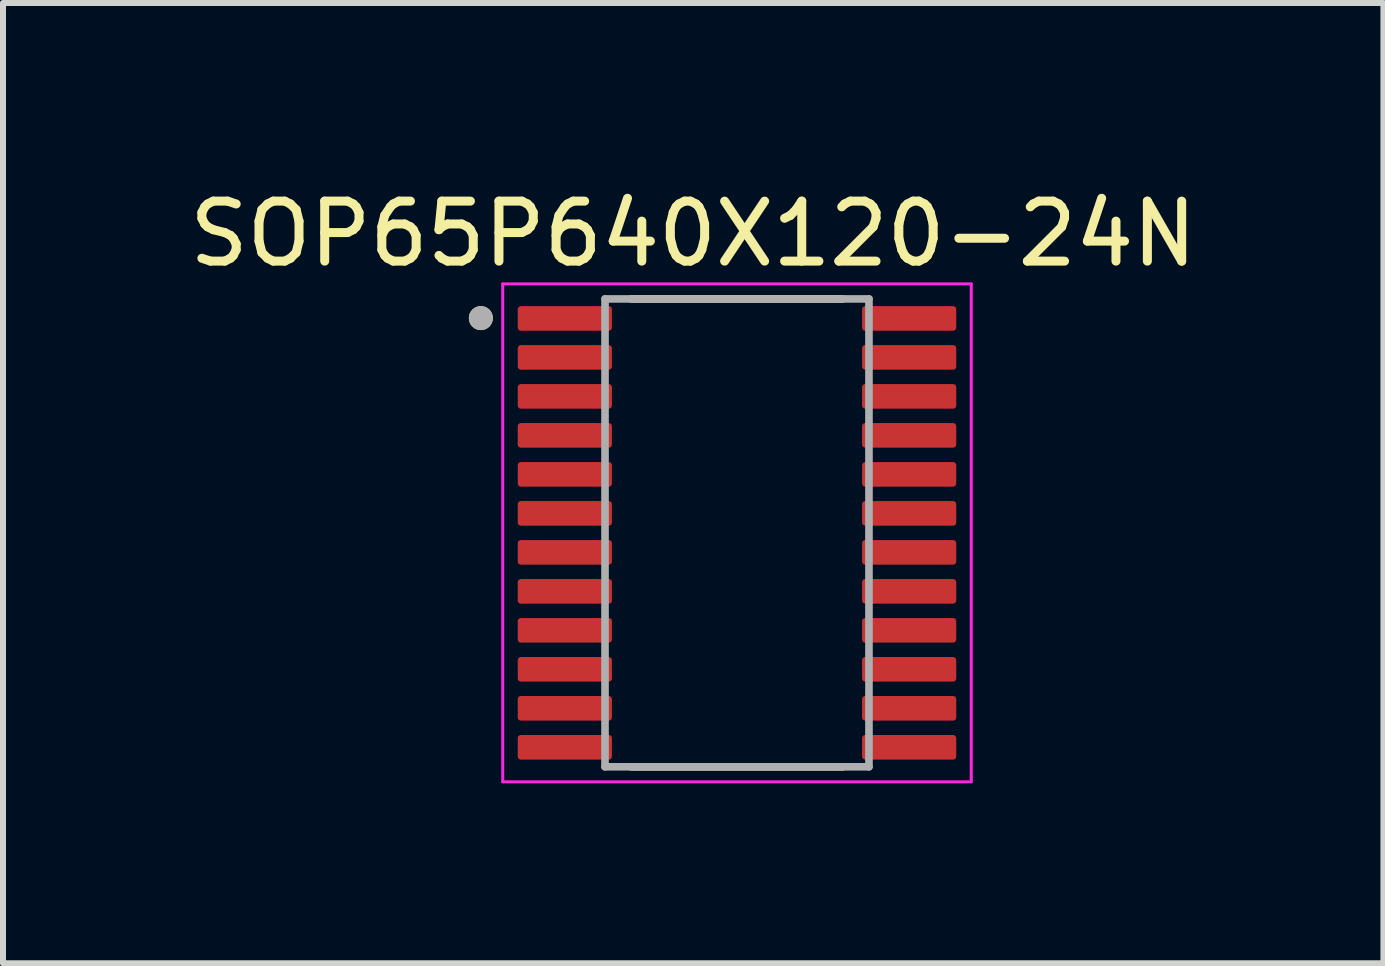
<source format=kicad_pcb>
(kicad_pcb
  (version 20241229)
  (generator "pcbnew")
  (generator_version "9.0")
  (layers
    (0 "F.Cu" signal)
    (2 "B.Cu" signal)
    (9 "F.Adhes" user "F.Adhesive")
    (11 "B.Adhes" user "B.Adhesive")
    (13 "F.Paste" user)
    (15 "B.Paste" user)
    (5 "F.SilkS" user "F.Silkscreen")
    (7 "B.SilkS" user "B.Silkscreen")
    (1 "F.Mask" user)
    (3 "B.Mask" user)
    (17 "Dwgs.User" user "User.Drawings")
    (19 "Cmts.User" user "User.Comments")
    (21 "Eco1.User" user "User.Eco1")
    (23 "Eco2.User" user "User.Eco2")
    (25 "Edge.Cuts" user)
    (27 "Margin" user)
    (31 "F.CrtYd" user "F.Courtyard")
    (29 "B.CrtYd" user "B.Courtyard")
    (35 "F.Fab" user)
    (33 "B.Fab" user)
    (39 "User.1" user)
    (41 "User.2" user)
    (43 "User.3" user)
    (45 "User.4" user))
  (footprint "SOP65P640X120-24N"
    (layer "F.Cu")
    (at 9.236 5.833)
    (property "Reference" "SOP65P640X120-24N" (at -0.73 -4.985 0) (layer "F.SilkS") (effects (font (size 1 1) (thickness 0.15))))
    (attr smd)
    (fp_line (start -1.765 -3.9) (end 1.765 -3.9) (stroke (width 0.127) (type solid)) (layer "F.SilkS"))
    (fp_line (start -1.765 3.9) (end 1.765 3.9) (stroke (width 0.127) (type solid)) (layer "F.SilkS"))
    (fp_circle (center -4.27 -3.58) (end -4.17 -3.58) (stroke (width 0.2) (type solid)) (fill no) (layer "F.SilkS"))
    (fp_line (start -3.905 -4.15) (end -3.905 4.15) (stroke (width 0.05) (type solid)) (layer "F.CrtYd"))
    (fp_line (start -3.905 4.15) (end 3.905 4.15) (stroke (width 0.05) (type solid)) (layer "F.CrtYd"))
    (fp_line (start 3.905 -4.15) (end -3.905 -4.15) (stroke (width 0.05) (type solid)) (layer "F.CrtYd"))
    (fp_line (start 3.905 4.15) (end 3.905 -4.15) (stroke (width 0.05) (type solid)) (layer "F.CrtYd"))
    (fp_line (start -2.2 -3.9) (end -2.2 3.9) (stroke (width 0.127) (type solid)) (layer "F.Fab"))
    (fp_line (start -2.2 -3.9) (end 2.2 -3.9) (stroke (width 0.127) (type solid)) (layer "F.Fab"))
    (fp_line (start -2.2 3.9) (end 2.2 3.9) (stroke (width 0.127) (type solid)) (layer "F.Fab"))
    (fp_line (start 2.2 -3.9) (end 2.2 3.9) (stroke (width 0.127) (type solid)) (layer "F.Fab"))
    (fp_circle (center -4.27 -3.58) (end -4.17 -3.58) (stroke (width 0.2) (type solid)) (fill no) (layer "F.Fab"))
    (pad "1" smd roundrect (at -2.87 -3.575) (size 1.57 0.41) (layers "F.Cu" "F.Mask" "F.Paste") (roundrect_rratio 0.125))
    (pad "2" smd roundrect (at -2.87 -2.925) (size 1.57 0.41) (layers "F.Cu" "F.Mask" "F.Paste") (roundrect_rratio 0.125))
    (pad "3" smd roundrect (at -2.87 -2.275) (size 1.57 0.41) (layers "F.Cu" "F.Mask" "F.Paste") (roundrect_rratio 0.125))
    (pad "4" smd roundrect (at -2.87 -1.625) (size 1.57 0.41) (layers "F.Cu" "F.Mask" "F.Paste") (roundrect_rratio 0.125))
    (pad "5" smd roundrect (at -2.87 -0.975) (size 1.57 0.41) (layers "F.Cu" "F.Mask" "F.Paste") (roundrect_rratio 0.125))
    (pad "6" smd roundrect (at -2.87 -0.325) (size 1.57 0.41) (layers "F.Cu" "F.Mask" "F.Paste") (roundrect_rratio 0.125))
    (pad "7" smd roundrect (at -2.87 0.325) (size 1.57 0.41) (layers "F.Cu" "F.Mask" "F.Paste") (roundrect_rratio 0.125))
    (pad "8" smd roundrect (at -2.87 0.975) (size 1.57 0.41) (layers "F.Cu" "F.Mask" "F.Paste") (roundrect_rratio 0.125))
    (pad "9" smd roundrect (at -2.87 1.625) (size 1.57 0.41) (layers "F.Cu" "F.Mask" "F.Paste") (roundrect_rratio 0.125))
    (pad "10" smd roundrect (at -2.87 2.275) (size 1.57 0.41) (layers "F.Cu" "F.Mask" "F.Paste") (roundrect_rratio 0.125))
    (pad "11" smd roundrect (at -2.87 2.925) (size 1.57 0.41) (layers "F.Cu" "F.Mask" "F.Paste") (roundrect_rratio 0.125))
    (pad "12" smd roundrect (at -2.87 3.575) (size 1.57 0.41) (layers "F.Cu" "F.Mask" "F.Paste") (roundrect_rratio 0.125))
    (pad "13" smd roundrect (at 2.87 3.575) (size 1.57 0.41) (layers "F.Cu" "F.Mask" "F.Paste") (roundrect_rratio 0.125))
    (pad "14" smd roundrect (at 2.87 2.925) (size 1.57 0.41) (layers "F.Cu" "F.Mask" "F.Paste") (roundrect_rratio 0.125))
    (pad "15" smd roundrect (at 2.87 2.275) (size 1.57 0.41) (layers "F.Cu" "F.Mask" "F.Paste") (roundrect_rratio 0.125))
    (pad "16" smd roundrect (at 2.87 1.625) (size 1.57 0.41) (layers "F.Cu" "F.Mask" "F.Paste") (roundrect_rratio 0.125))
    (pad "17" smd roundrect (at 2.87 0.975) (size 1.57 0.41) (layers "F.Cu" "F.Mask" "F.Paste") (roundrect_rratio 0.125))
    (pad "18" smd roundrect (at 2.87 0.325) (size 1.57 0.41) (layers "F.Cu" "F.Mask" "F.Paste") (roundrect_rratio 0.125))
    (pad "19" smd roundrect (at 2.87 -0.325) (size 1.57 0.41) (layers "F.Cu" "F.Mask" "F.Paste") (roundrect_rratio 0.125))
    (pad "20" smd roundrect (at 2.87 -0.975) (size 1.57 0.41) (layers "F.Cu" "F.Mask" "F.Paste") (roundrect_rratio 0.125))
    (pad "21" smd roundrect (at 2.87 -1.625) (size 1.57 0.41) (layers "F.Cu" "F.Mask" "F.Paste") (roundrect_rratio 0.125))
    (pad "22" smd roundrect (at 2.87 -2.275) (size 1.57 0.41) (layers "F.Cu" "F.Mask" "F.Paste") (roundrect_rratio 0.125))
    (pad "23" smd roundrect (at 2.87 -2.925) (size 1.57 0.41) (layers "F.Cu" "F.Mask" "F.Paste") (roundrect_rratio 0.125))
    (pad "24" smd roundrect (at 2.87 -3.575) (size 1.57 0.41) (layers "F.Cu" "F.Mask" "F.Paste") (roundrect_rratio 0.125)))
  (gr_rect
    (start -3 -3)
    (end 20.012 13.008)
    (stroke (width 0.1) (type default))
    (fill no)
    (layer "Edge.Cuts")))
</source>
